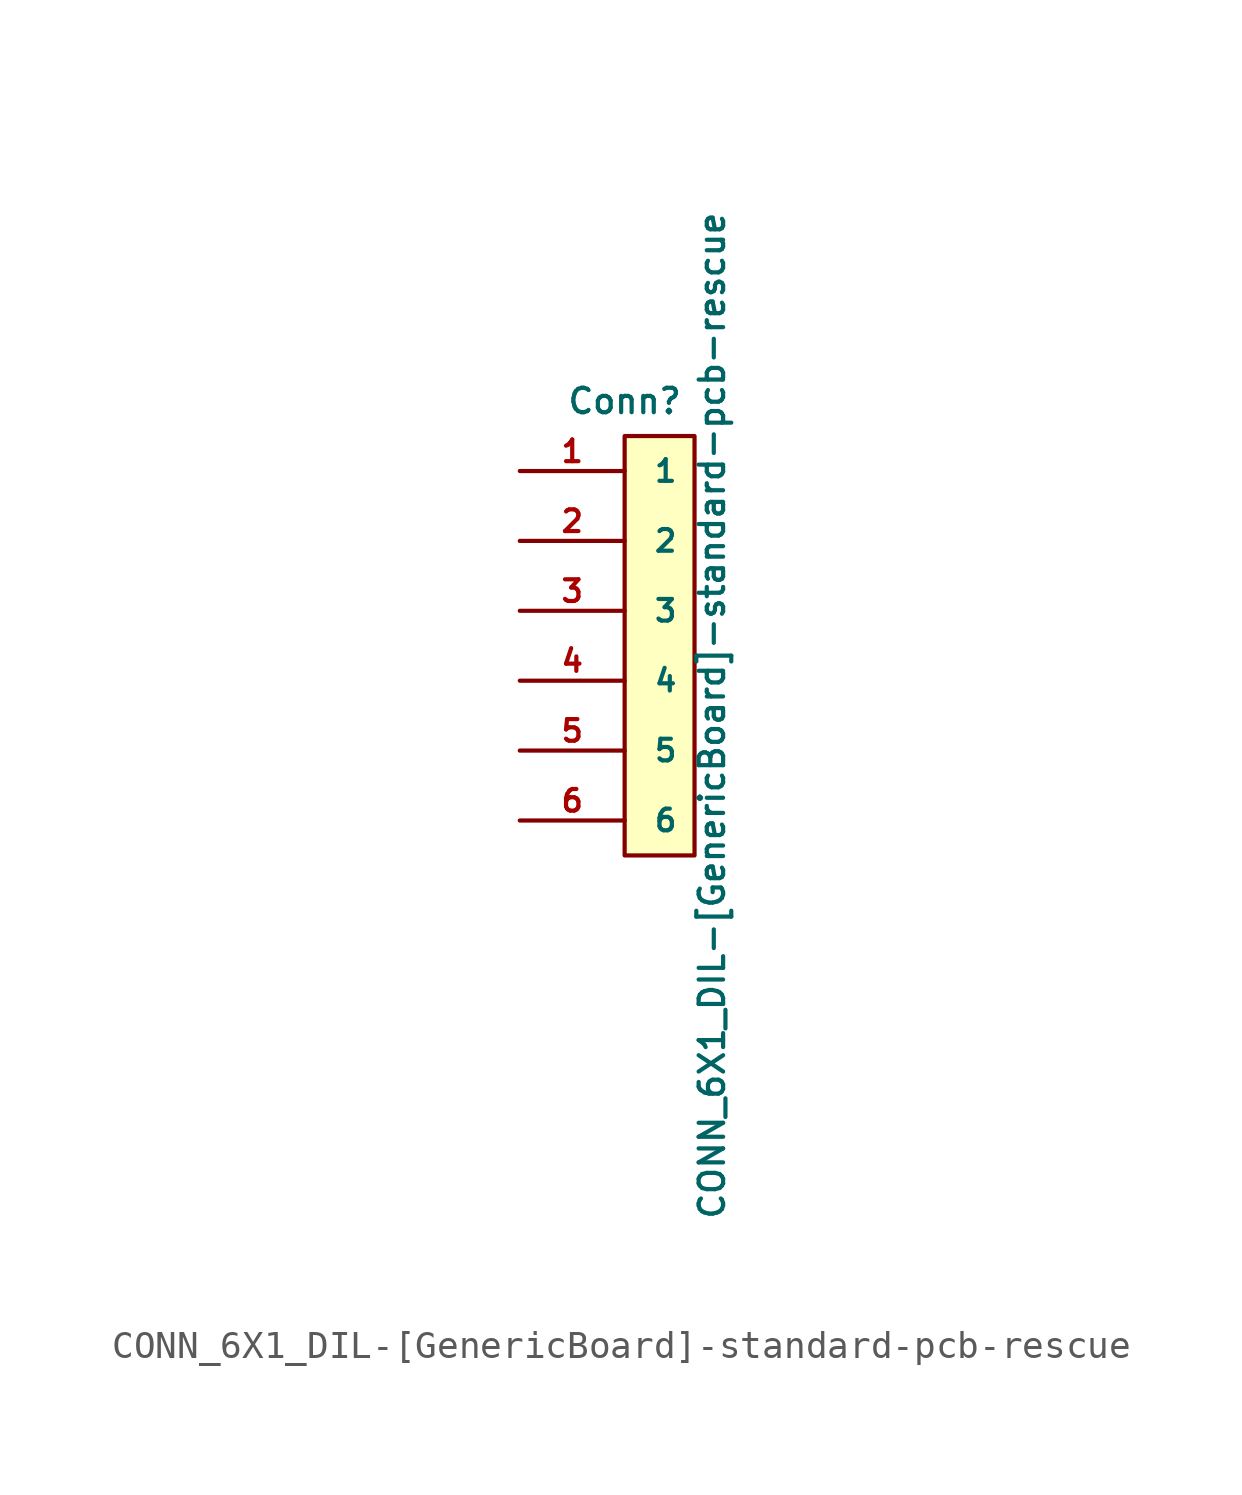
<source format=kicad_sym>
(kicad_symbol_lib
  (version 20211014)
  (generator kicad_symbol_editor)
  (symbol "CONN_6X1_DIL-[GenericBoard]-standard-pcb-rescue"
    (pin_names
      (offset 1.016))
    (property "Reference" "Conn"
      (at -1.27 8.89 0)
      (effects (font (size 0.889 0.889))))
    (property "Value" "CONN_6X1_DIL-[GenericBoard]-standard-pcb-rescue"
      (at 1.905 -2.54 90)
      (effects (font (size 0.889 0.889))))
    (property "Datasheet" ""
      (at 1.27 1.27 0)
      (effects (font (size 1.524 1.524))))
    (symbol "CONN_6X1_DIL-[GenericBoard]-standard-pcb-rescue_0_1"
      (rectangle (start -1.27 7.62) (end 1.27 -7.62) (stroke (width 0) (type default) (color 0 0 0 0)) (fill (type background))))
    (symbol "CONN_6X1_DIL-[GenericBoard]-standard-pcb-rescue_1_1"
      (pin passive line (at -5.08 6.35 0) (length 3.81) (name "1" (effects (font (size 0.787 0.787)))) (number "1" (effects (font (size 0.787 0.787)))))
      (pin passive line (at -5.08 3.81 0) (length 3.81) (name "2" (effects (font (size 0.787 0.787)))) (number "2" (effects (font (size 0.787 0.787)))))
      (pin passive line (at -5.08 1.27 0) (length 3.81) (name "3" (effects (font (size 0.787 0.787)))) (number "3" (effects (font (size 0.787 0.787)))))
      (pin passive line (at -5.08 -1.27 0) (length 3.81) (name "4" (effects (font (size 0.787 0.787)))) (number "4" (effects (font (size 0.787 0.787)))))
      (pin bidirectional line (at -5.08 -3.81 0) (length 3.81) (name "5" (effects (font (size 0.787 0.787)))) (number "5" (effects (font (size 0.787 0.787)))))
      (pin passive line (at -5.08 -6.35 0) (length 3.81) (name "6" (effects (font (size 0.787 0.787)))) (number "6" (effects (font (size 0.787 0.787))))))))
</source>
